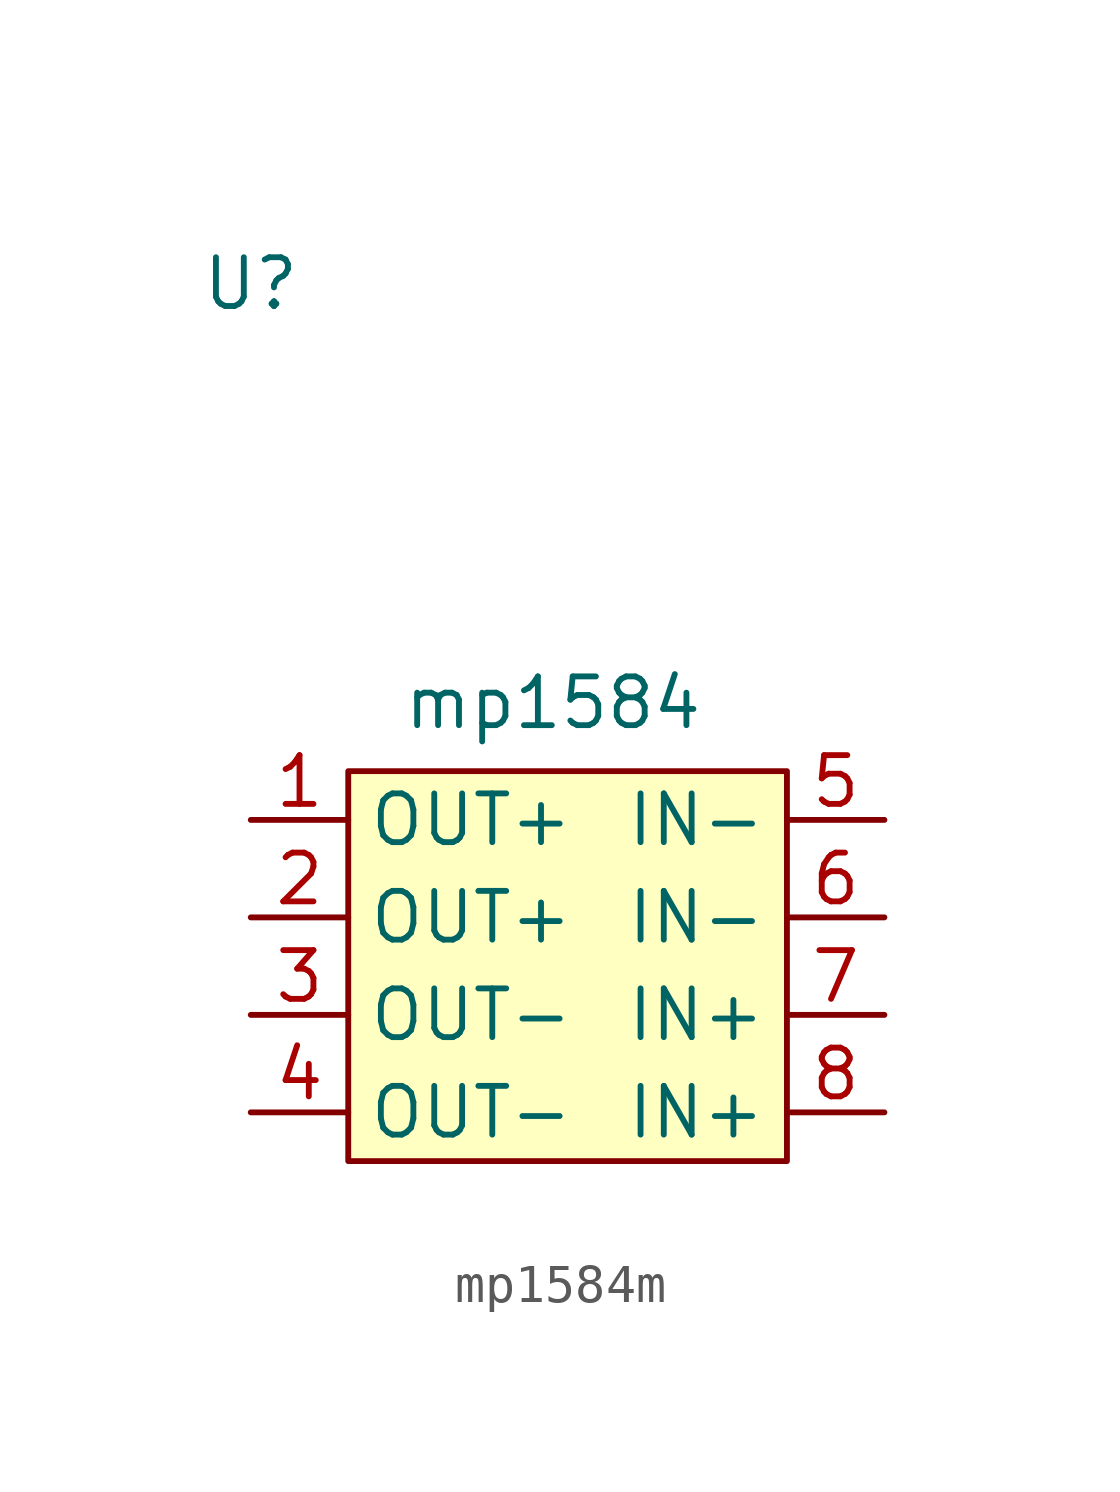
<source format=kicad_sym>
(kicad_symbol_lib
  (version 20241209)
  (generator "kicad_symbol_editor")
  (generator_version "9.0")
  (symbol "mp1584m"
    (property "Reference" "U"
      (at 0 0 0)
      (effects (font (size 1.27 1.27))))
    (property "Value" "mp1584"
      (at 7.874 -10.922 0)
      (effects (font (size 1.27 1.27))))
    (symbol "mp1584m_1_1"
      (rectangle (start 2.54 -12.7) (end 13.97 -22.86) (stroke (width 0) (type solid)) (fill (type background)))
      (pin power_out line (at 0 -13.97 0) (length 2.54) (name "OUT+" (effects (font (size 1.27 1.27)))) (number "1" (effects (font (size 1.27 1.27)))))
      (pin power_out line (at 0 -16.51 0) (length 2.54) (name "OUT+" (effects (font (size 1.27 1.27)))) (number "2" (effects (font (size 1.27 1.27)))))
      (pin power_out line (at 0 -19.05 0) (length 2.54) (name "OUT-" (effects (font (size 1.27 1.27)))) (number "3" (effects (font (size 1.27 1.27)))))
      (pin power_out line (at 0 -21.59 0) (length 2.54) (name "OUT-" (effects (font (size 1.27 1.27)))) (number "4" (effects (font (size 1.27 1.27)))))
      (pin power_in line (at 16.51 -13.97 180) (length 2.54) (name "IN-" (effects (font (size 1.27 1.27)))) (number "5" (effects (font (size 1.27 1.27)))))
      (pin power_in line (at 16.51 -16.51 180) (length 2.54) (name "IN-" (effects (font (size 1.27 1.27)))) (number "6" (effects (font (size 1.27 1.27)))))
      (pin power_in line (at 16.51 -19.05 180) (length 2.54) (name "IN+" (effects (font (size 1.27 1.27)))) (number "7" (effects (font (size 1.27 1.27)))))
      (pin power_in line (at 16.51 -21.59 180) (length 2.54) (name "IN+" (effects (font (size 1.27 1.27)))) (number "8" (effects (font (size 1.27 1.27))))))))
</source>
